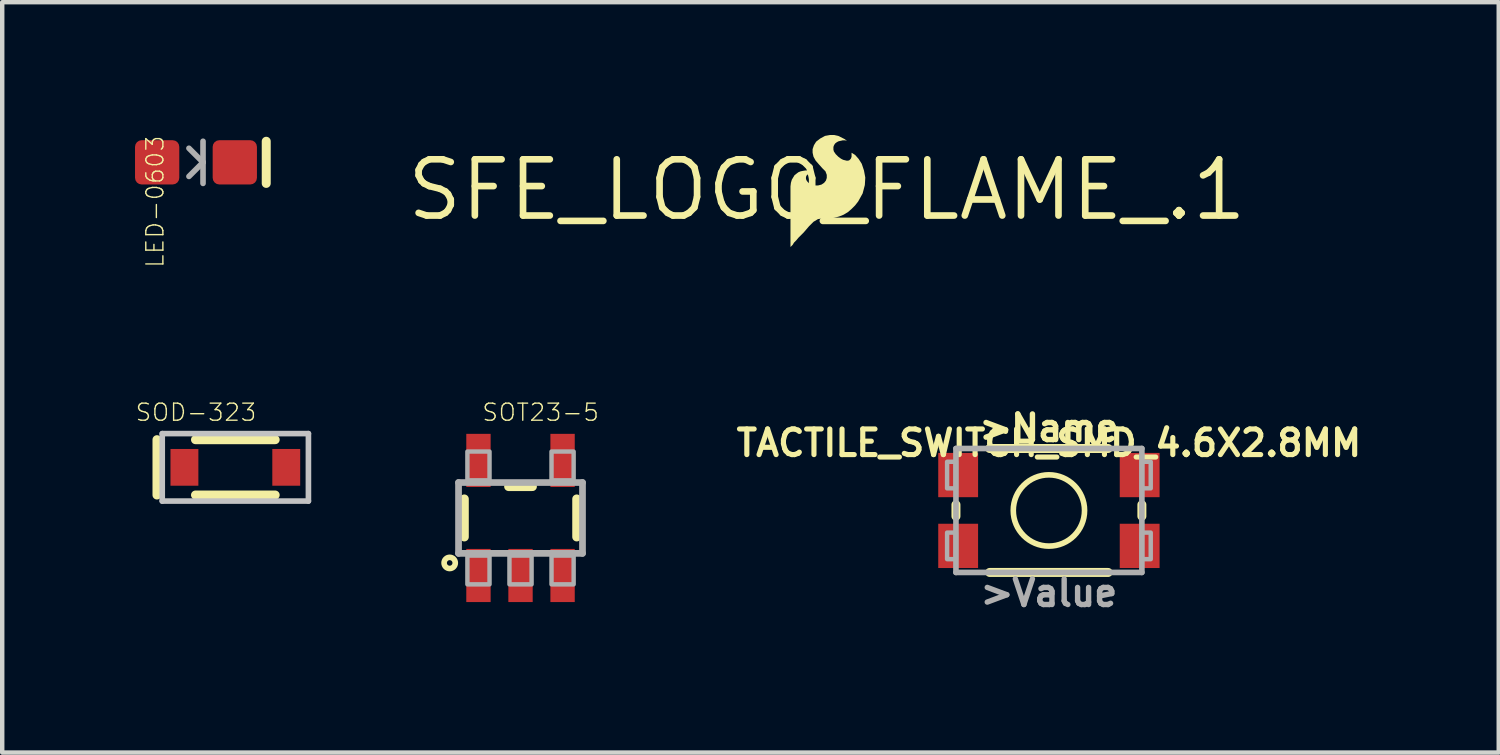
<source format=kicad_pcb>
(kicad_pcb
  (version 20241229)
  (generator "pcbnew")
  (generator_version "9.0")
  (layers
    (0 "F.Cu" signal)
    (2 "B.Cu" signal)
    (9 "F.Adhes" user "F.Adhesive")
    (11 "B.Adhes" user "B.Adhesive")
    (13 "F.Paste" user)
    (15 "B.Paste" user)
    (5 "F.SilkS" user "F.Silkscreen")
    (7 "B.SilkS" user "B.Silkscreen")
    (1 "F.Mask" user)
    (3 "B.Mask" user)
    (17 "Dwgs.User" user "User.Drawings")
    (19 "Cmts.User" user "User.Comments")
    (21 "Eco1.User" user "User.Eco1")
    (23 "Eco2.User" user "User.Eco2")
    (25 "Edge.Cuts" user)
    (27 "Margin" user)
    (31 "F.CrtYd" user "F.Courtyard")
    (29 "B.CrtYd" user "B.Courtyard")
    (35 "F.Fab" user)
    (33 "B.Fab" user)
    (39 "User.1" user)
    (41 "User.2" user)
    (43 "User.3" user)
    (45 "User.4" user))
  (footprint "SOT23-5"
    (layer "F.Cu")
    (at 8.708 8.65)
    (property "Reference" "SOT23-5" (at -0.889 -2.159 180) (layer "F.SilkS") (effects (font (size 0.386 0.386) (thickness 0.031)) (justify left bottom)))
    (attr through_hole)
    (fp_line (start -1.27 0.429) (end -1.27 -0.429) (stroke (width 0.203) (type solid)) (layer "F.SilkS"))
    (fp_line (start -0.268 -0.709) (end 0.268 -0.709) (stroke (width 0.203) (type solid)) (layer "F.SilkS"))
    (fp_line (start 1.27 -0.429) (end 1.27 0.429) (stroke (width 0.203) (type solid)) (layer "F.SilkS"))
    (fp_circle (center -1.6 1.016) (end -1.537 1.016) (stroke (width 0.127) (type solid)) (fill no) (layer "F.SilkS"))
    (fp_line (start -1.4 -0.8) (end -1.4 0.8) (stroke (width 0.152) (type solid)) (layer "F.Fab"))
    (fp_line (start -1.4 -0.8) (end 1.4 -0.8) (stroke (width 0.152) (type solid)) (layer "F.Fab"))
    (fp_line (start 1.4 -0.8) (end 1.4 0.8) (stroke (width 0.152) (type solid)) (layer "F.Fab"))
    (fp_line (start 1.4 0.8) (end -1.4 0.8) (stroke (width 0.152) (type solid)) (layer "F.Fab"))
    (fp_poly (pts (xy -1.2 -0.85) (xy -0.7 -0.85) (xy -0.7 -1.5) (xy -1.2 -1.5)) (stroke (width 0.1) (type solid)) (fill no) (layer "F.Fab"))
    (fp_poly (pts (xy -1.2 1.5) (xy -0.7 1.5) (xy -0.7 0.85) (xy -1.2 0.85)) (stroke (width 0.1) (type solid)) (fill no) (layer "F.Fab"))
    (fp_poly (pts (xy -0.25 1.5) (xy 0.25 1.5) (xy 0.25 0.85) (xy -0.25 0.85)) (stroke (width 0.1) (type solid)) (fill no) (layer "F.Fab"))
    (fp_poly (pts (xy 0.7 -0.85) (xy 1.2 -0.85) (xy 1.2 -1.5) (xy 0.7 -1.5)) (stroke (width 0.1) (type solid)) (fill no) (layer "F.Fab"))
    (fp_poly (pts (xy 0.7 1.5) (xy 1.2 1.5) (xy 1.2 0.85) (xy 0.7 0.85)) (stroke (width 0.1) (type solid)) (fill no) (layer "F.Fab"))
    (pad "1" smd rect (at -0.95 1.3) (size 0.55 1.2) (layers "F.Cu" "F.Mask" "F.Paste"))
    (pad "2" smd rect (at 0 1.3) (size 0.55 1.2) (layers "F.Cu" "F.Mask" "F.Paste"))
    (pad "3" smd rect (at 0.95 1.3) (size 0.55 1.2) (layers "F.Cu" "F.Mask" "F.Paste"))
    (pad "4" smd rect (at 0.95 -1.3) (size 0.55 1.2) (layers "F.Cu" "F.Mask" "F.Paste"))
    (pad "5" smd rect (at -0.95 -1.3) (size 0.55 1.2) (layers "F.Cu" "F.Mask" "F.Paste")))
  (footprint "LED-0603"
    (layer "F.Cu")
    (at 1.377 0.617)
    (property "Reference" "LED-0603" (at -0.699 0.889 90) (layer "F.SilkS") (effects (font (size 0.386 0.386) (thickness 0.031)) (justify bottom)))
    (attr through_hole)
    (fp_line (start 1.587 -0.476) (end 1.587 0.476) (stroke (width 0.203) (type solid)) (layer "F.SilkS"))
    (fp_line (start 0.159 -0.476) (end 0.159 0) (stroke (width 0.127) (type solid)) (layer "F.Fab"))
    (fp_line (start 0.159 0) (end -0.159 -0.318) (stroke (width 0.127) (type solid)) (layer "F.Fab"))
    (fp_line (start 0.159 0) (end -0.159 0.318) (stroke (width 0.127) (type solid)) (layer "F.Fab"))
    (fp_line (start 0.159 0) (end 0.159 0.476) (stroke (width 0.127) (type solid)) (layer "F.Fab"))
    (pad "A" smd roundrect (at -0.877 0 270) (size 1 1) (layers "F.Cu" "F.Mask" "F.Paste") (roundrect_rratio 0.15))
    (pad "C" smd roundrect (at 0.877 0 270) (size 1 1) (layers "F.Cu" "F.Mask" "F.Paste") (roundrect_rratio 0.15)))
  (footprint "SOD-323"
    (layer "F.Cu")
    (at 2.266 7.507)
    (property "Reference" "SOD-323" (at -0.889 -1.016 180) (layer "F.SilkS") (effects (font (size 0.386 0.386) (thickness 0.031)) (justify bottom)))
    (attr through_hole)
    (fp_line (start -1.77 -0.625) (end -1.77 0.625) (stroke (width 0.203) (type solid)) (layer "F.SilkS"))
    (fp_line (start -0.9 -0.625) (end 0.9 -0.625) (stroke (width 0.203) (type solid)) (layer "F.SilkS"))
    (fp_line (start -0.9 0.625) (end 0.9 0.625) (stroke (width 0.203) (type solid)) (layer "F.SilkS"))
    (fp_line (start -1.651 -0.762) (end 1.651 -0.762) (stroke (width 0.127) (type solid)) (layer "Dwgs.User"))
    (fp_line (start -1.651 0.762) (end -1.651 -0.762) (stroke (width 0.127) (type solid)) (layer "Dwgs.User"))
    (fp_line (start 1.651 -0.762) (end 1.651 0.762) (stroke (width 0.127) (type solid)) (layer "Dwgs.User"))
    (fp_line (start 1.651 0.762) (end -1.651 0.762) (stroke (width 0.127) (type solid)) (layer "Dwgs.User"))
    (pad "A" smd rect (at 1.15 0) (size 0.63 0.83) (layers "F.Cu" "F.Mask" "F.Paste"))
    (pad "C" smd rect (at -1.15 0) (size 0.63 0.83) (layers "F.Cu" "F.Mask" "F.Paste")))
  (footprint "TACTILE_SWITCH_SMD_4.6X2.8MM"
    (layer "F.Cu")
    (at 20.644 8.481)
    (property "Reference" "TACTILE_SWITCH_SMD_4.6X2.8MM" (at 0 -1.524 0) (layer "F.SilkS") (effects (font (size 0.579 0.579) (thickness 0.116))))
    (attr through_hole)
    (fp_line (start -2.1 -0.13) (end -2.1 0.13) (stroke (width 0.203) (type solid)) (layer "F.SilkS"))
    (fp_line (start -1.338 -1.4) (end 1.338 -1.4) (stroke (width 0.203) (type solid)) (layer "F.SilkS"))
    (fp_line (start 1.338 1.4) (end -1.338 1.4) (stroke (width 0.203) (type solid)) (layer "F.SilkS"))
    (fp_line (start 2.1 0.13) (end 2.1 -0.13) (stroke (width 0.203) (type solid)) (layer "F.SilkS"))
    (fp_circle (center 0 0) (end 0.805 0) (stroke (width 0.127) (type solid)) (fill no) (layer "F.SilkS"))
    (fp_line (start -2.1 -1.4) (end -2.1 1.4) (stroke (width 0.127) (type solid)) (layer "F.Fab"))
    (fp_line (start -2.1 -1.4) (end 2.1 -1.4) (stroke (width 0.127) (type solid)) (layer "F.Fab"))
    (fp_line (start -2.1 1.4) (end 2.1 1.4) (stroke (width 0.127) (type solid)) (layer "F.Fab"))
    (fp_line (start 2.1 1.4) (end 2.1 -1.4) (stroke (width 0.127) (type solid)) (layer "F.Fab"))
    (fp_poly (pts (xy -2.3 -0.5) (xy -2.1 -0.5) (xy -2.1 -1.1) (xy -2.3 -1.1)) (stroke (width 0.1) (type solid)) (fill no) (layer "F.Fab"))
    (fp_poly (pts (xy -2.3 1.1) (xy -2.1 1.1) (xy -2.1 0.5) (xy -2.3 0.5)) (stroke (width 0.1) (type solid)) (fill no) (layer "F.Fab"))
    (fp_poly (pts (xy 2.3 -1.1) (xy 2.1 -1.1) (xy 2.1 -0.5) (xy 2.3 -0.5)) (stroke (width 0.1) (type solid)) (fill no) (layer "F.Fab"))
    (fp_poly (pts (xy 2.3 0.5) (xy 2.1 0.5) (xy 2.1 1.1) (xy 2.3 1.1)) (stroke (width 0.1) (type solid)) (fill no) (layer "F.Fab"))
    (fp_text user ">Name" (at 0 -1.524 0) (layer "F.SilkS") (effects (font (size 0.579 0.579) (thickness 0.122)) (justify bottom)))
    (fp_text user ">Value" (at 0 1.524 0) (layer "F.Fab") (effects (font (size 0.579 0.579) (thickness 0.122)) (justify top)))
    (pad "1" smd rect (at -2.05 0.8) (size 0.9 1) (layers "F.Cu" "F.Mask" "F.Paste"))
    (pad "2" smd rect (at 2.05 0.8) (size 0.9 1) (layers "F.Cu" "F.Mask" "F.Paste"))
    (pad "3" smd rect (at 2.05 -0.8) (size 0.9 1) (layers "F.Cu" "F.Mask" "F.Paste"))
    (pad "4" smd rect (at -2.05 -0.8) (size 0.9 1) (layers "F.Cu" "F.Mask" "F.Paste")))
  (footprint "SFE_LOGO_FLAME_.1"
    (layer "F.Cu")
    (at 15.629 1.239)
    (property "Reference" "SFE_LOGO_FLAME_.1" (at 0 0 0) (layer "F.SilkS") (effects (font (size 1.27 1.27) (thickness 0.15))))
    (attr through_hole)
    (fp_poly (pts (xy 0.557 -0.839) (xy 0.557 -0.749) (xy 0.547 -0.719) (xy 0.537 -0.699) (xy 0.507 -0.669) (xy 0.477 -0.659) (xy 0.447 -0.659) (xy 0.367 -0.679) (xy 0.327 -0.699) (xy 0.297 -0.719) (xy 0.257 -0.749) (xy 0.197 -0.809) (xy 0.157 -0.869) (xy 0.147 -0.909) (xy 0.147 -0.969) (xy 0.157 -0.999) (xy 0.167 -1.019) (xy 0.187 -1.049) (xy 0.227 -1.079) (xy 0.267 -1.099) (xy 0.317 -1.109) (xy 0.357 -1.119) (xy 0.417 -1.119) (xy 0.437 -1.109) (xy 0.447 -1.109) (xy 0.437 -1.119) (xy 0.397 -1.149) (xy 0.257 -1.219) (xy 0.167 -1.239) (xy 0.067 -1.239) (xy -0.043 -1.219) (xy -0.153 -1.159) (xy -0.243 -1.089) (xy -0.293 -1.009) (xy -0.323 -0.919) (xy -0.323 -0.839) (xy -0.303 -0.749) (xy -0.253 -0.659) (xy -0.183 -0.579) (xy -0.103 -0.489) (xy -0.033 -0.419) (xy -0.003 -0.339) (xy -0.003 -0.269) (xy -0.023 -0.209) (xy -0.063 -0.159) (xy -0.123 -0.119) (xy -0.203 -0.099) (xy -0.283 -0.099) (xy -0.333 -0.109) (xy -0.383 -0.129) (xy -0.443 -0.189) (xy -0.463 -0.219) (xy -0.473 -0.249) (xy -0.473 -0.289) (xy -0.463 -0.319) (xy -0.403 -0.379) (xy -0.373 -0.389) (xy -0.333 -0.409) (xy -0.323 -0.419) (xy -0.363 -0.439) (xy -0.483 -0.439) (xy -0.543 -0.429) (xy -0.593 -0.419) (xy -0.643 -0.399) (xy -0.683 -0.369) (xy -0.733 -0.329) (xy -0.793 -0.229) (xy -0.813 -0.159) (xy -0.823 -0.079) (xy -0.823 1.291) (xy -0.773 1.241) (xy -0.743 1.191) (xy -0.693 1.141) (xy -0.643 1.081) (xy -0.523 0.961) (xy -0.403 0.821) (xy -0.303 0.721) (xy -0.203 0.661) (xy -0.143 0.651) (xy 0.047 0.651) (xy 0.167 0.631) (xy 0.277 0.601) (xy 0.377 0.561) (xy 0.477 0.501) (xy 0.557 0.431) (xy 0.637 0.351) (xy 0.707 0.261) (xy 0.807 0.081) (xy 0.857 -0.109) (xy 0.867 -0.279) (xy 0.837 -0.439) (xy 0.787 -0.589) (xy 0.717 -0.699) (xy 0.637 -0.789)) (stroke (width 0) (type solid)) (fill yes) (layer "F.SilkS")))
  (gr_rect
    (start -3 -3)
    (end 30.805 13.95)
    (stroke (width 0.1) (type default))
    (fill no)
    (layer "Edge.Cuts")))
</source>
